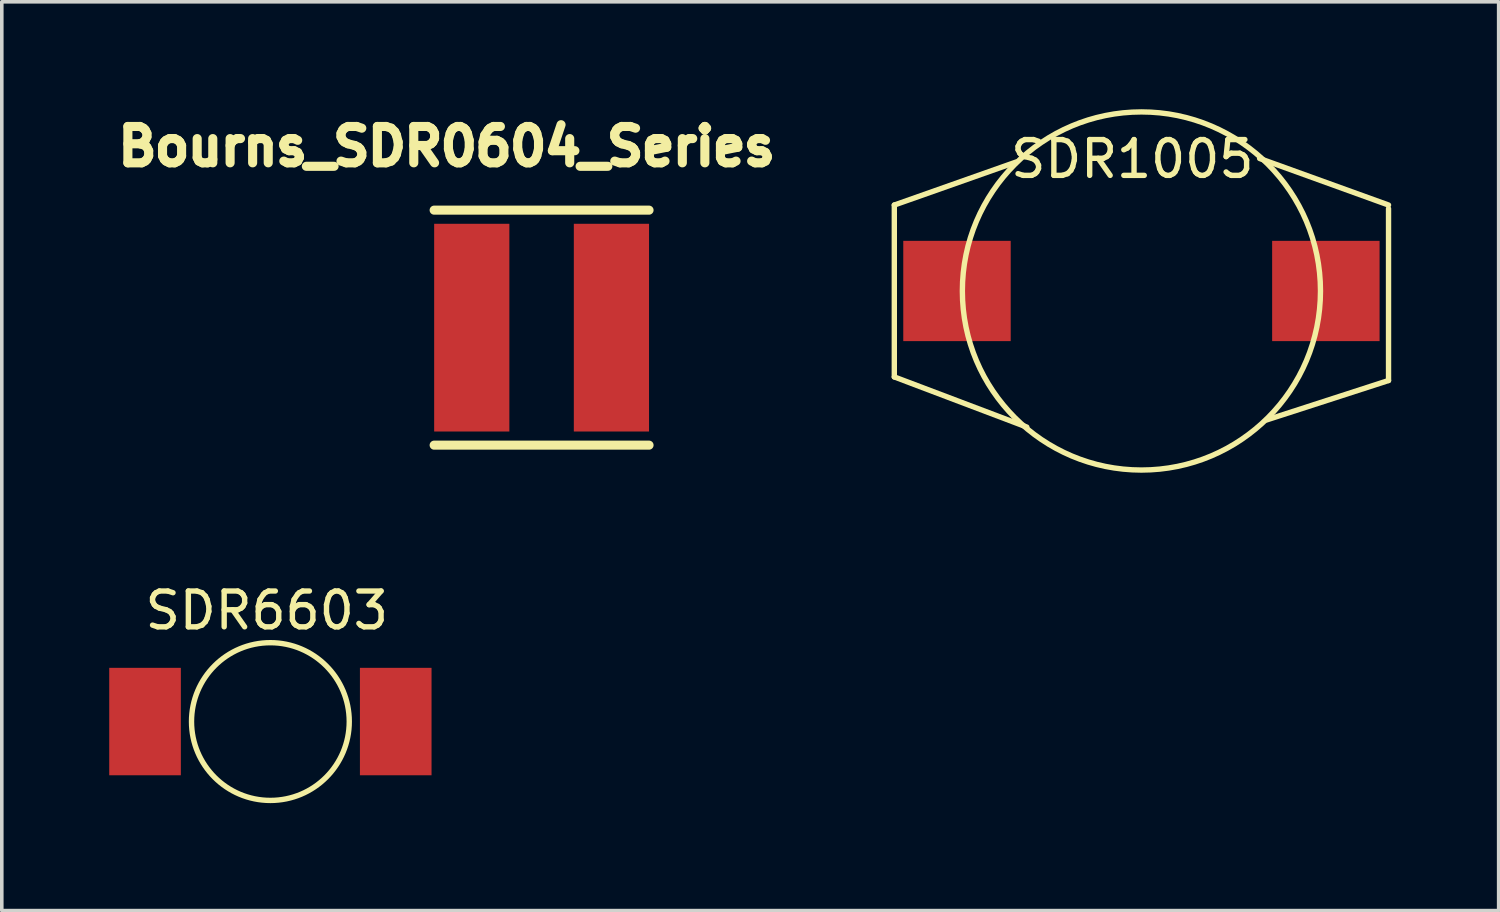
<source format=kicad_pcb>
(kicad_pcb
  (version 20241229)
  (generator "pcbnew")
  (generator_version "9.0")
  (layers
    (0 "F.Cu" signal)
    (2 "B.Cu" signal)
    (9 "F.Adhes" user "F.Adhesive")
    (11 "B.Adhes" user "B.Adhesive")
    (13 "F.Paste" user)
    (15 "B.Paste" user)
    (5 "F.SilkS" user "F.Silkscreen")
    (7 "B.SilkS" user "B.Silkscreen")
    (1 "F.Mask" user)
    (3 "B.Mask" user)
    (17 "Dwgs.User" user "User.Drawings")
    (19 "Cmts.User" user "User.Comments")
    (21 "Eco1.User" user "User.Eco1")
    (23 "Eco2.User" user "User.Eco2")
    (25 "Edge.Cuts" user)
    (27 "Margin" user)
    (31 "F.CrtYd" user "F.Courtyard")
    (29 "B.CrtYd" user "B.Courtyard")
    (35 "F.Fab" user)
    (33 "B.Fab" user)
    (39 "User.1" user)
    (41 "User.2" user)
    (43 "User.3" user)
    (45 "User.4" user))
  (footprint "SDR6603"
    (layer "F.Cu")
    (at 4.5 17.098)
    (property "Reference" "SDR6603" (at -0.1 -3.1 0) (layer "F.SilkS") (effects (font (size 1 1) (thickness 0.15))))
    (attr through_hole)
    (fp_circle (center 0 0) (end 0.1 -2.2) (stroke (width 0.15) (type solid)) (fill no) (layer "F.SilkS"))
    (pad "1" smd rect (at 3.5 0) (size 2 3) (layers "F.Cu" "F.Mask" "F.Paste"))
    (pad "2" smd rect (at -3.5 0) (size 2 3) (layers "F.Cu" "F.Mask" "F.Paste")))
  (footprint "Bourns_SDR0604_Series"
    (layer "F.Cu")
    (at 12.073 6.099)
    (property "Reference" "Bourns_SDR0604_Series" (at -2.65 -5.059 0) (layer "F.SilkS") (effects (font (size 1.016 1.016) (thickness 0.254))))
    (attr through_hole)
    (fp_line (start -3 -3.281) (end 3 -3.281) (stroke (width 0.254) (type solid)) (layer "F.SilkS"))
    (fp_line (start -3 3.281) (end 3 3.281) (stroke (width 0.254) (type solid)) (layer "F.SilkS"))
    (pad "1" smd rect (at 1.95 0 270) (size 5.8 2.1) (layers "F.Cu" "F.Mask" "F.Paste"))
    (pad "2" smd rect (at -1.95 0 270) (size 5.8 2.1) (layers "F.Cu" "F.Mask" "F.Paste")))
  (footprint "SDR1005"
    (layer "F.Cu")
    (at 28.822 5.075)
    (property "Reference" "SDR1005" (at -0.254 -3.683 0) (layer "F.SilkS") (effects (font (size 1 1) (thickness 0.15))))
    (attr through_hole)
    (fp_line (start -6.9 -2.4) (end -6.9 2.4) (stroke (width 0.15) (type solid)) (layer "F.SilkS"))
    (fp_line (start -6.9 -2.4) (end -3.5 -3.6) (stroke (width 0.15) (type solid)) (layer "F.SilkS"))
    (fp_line (start -6.9 2.4) (end -3.2 3.8) (stroke (width 0.15) (type solid)) (layer "F.SilkS"))
    (fp_line (start 6.9 -2.4) (end 3.3 -3.7) (stroke (width 0.15) (type solid)) (layer "F.SilkS"))
    (fp_line (start 6.9 -2.3) (end 6.9 2.5) (stroke (width 0.15) (type solid)) (layer "F.SilkS"))
    (fp_line (start 6.9 2.5) (end 3.5 3.6) (stroke (width 0.15) (type solid)) (layer "F.SilkS"))
    (fp_circle (center 0 0) (end 0 -5) (stroke (width 0.15) (type solid)) (fill no) (layer "F.SilkS"))
    (pad "1" smd rect (at 5.15 0) (size 3 2.8) (layers "F.Cu" "F.Mask" "F.Paste"))
    (pad "2" smd rect (at -5.15 0) (size 3 2.8) (layers "F.Cu" "F.Mask" "F.Paste")))
  (gr_rect
    (start -3 -3)
    (end 38.797 22.376)
    (stroke (width 0.1) (type default))
    (fill no)
    (layer "Edge.Cuts")))
</source>
